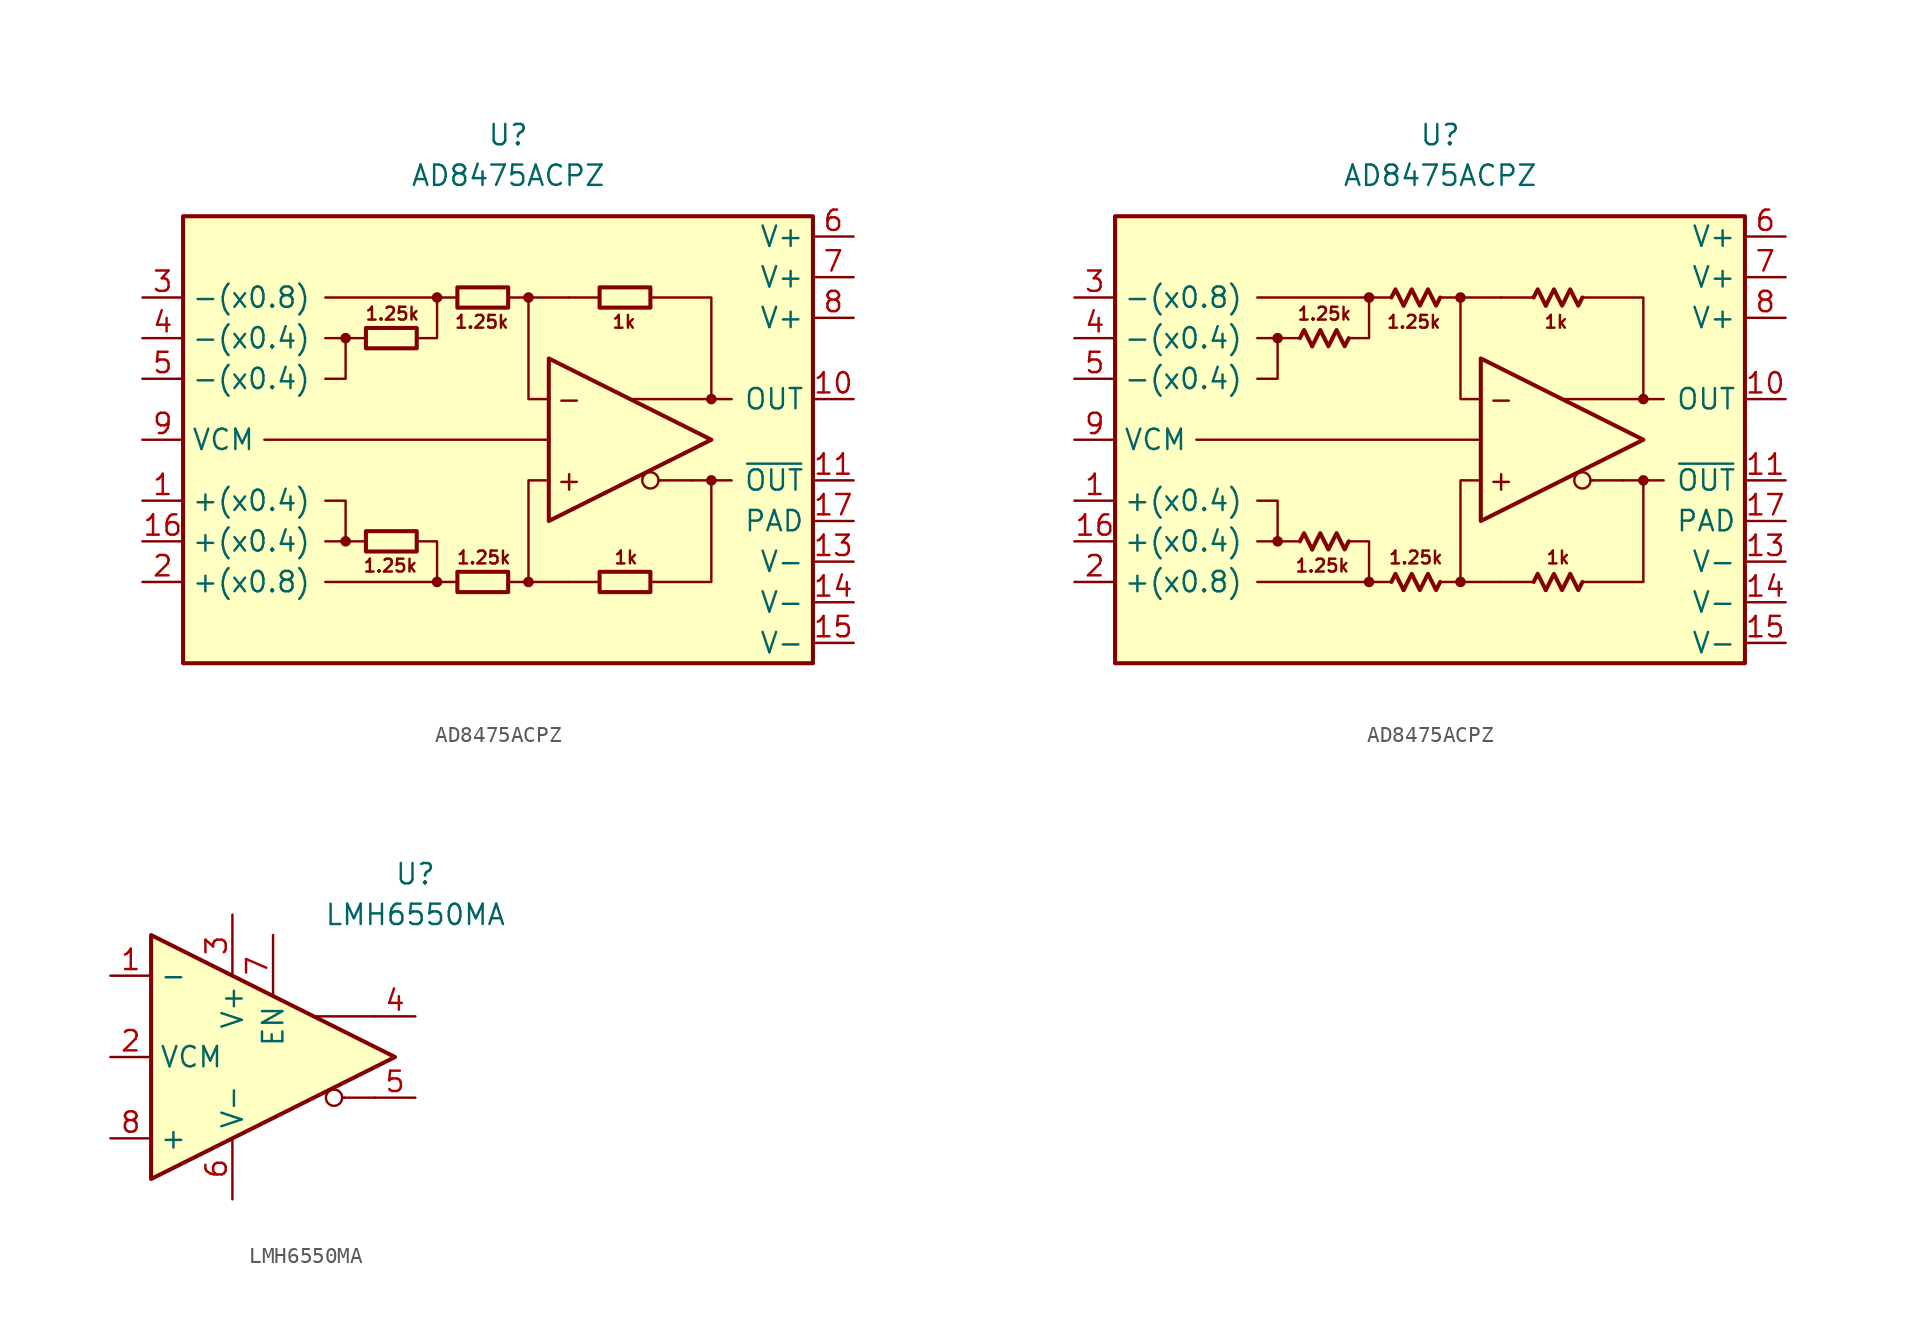
<source format=kicad_sym>
(kicad_symbol_lib
  (version 20231120)
  (generator "kicad_symbol_editor")
  (generator_version "8.0")
  (symbol "AD8475ACPZ"
    (property "Reference" "U"
      (at 0 19.05 0)
      (effects (font (size 1.27 1.27))))
    (property "Value" "AD8475ACPZ"
      (at 0 16.51 0)
      (effects (font (size 1.27 1.27))))
    (symbol "AD8475ACPZ_0_0"
      (rectangle (start -20.32 13.97) (end 19.05 -13.97) (stroke (width 0.254) (type default)) (fill (type background)))
      (circle (center -10.16 -6.35) (radius 0.254) (stroke (width 0.152) (type default)) (fill (type outline)))
      (circle (center -10.16 6.35) (radius 0.254) (stroke (width 0.152) (type default)) (fill (type outline)))
      (circle (center -4.445 -8.89) (radius 0.254) (stroke (width 0.152) (type default)) (fill (type outline)))
      (circle (center -4.445 8.89) (radius 0.254) (stroke (width 0.152) (type default)) (fill (type outline)))
      (polyline (pts (xy -8.89 -6.35) (xy -11.43 -6.35)) (stroke (width 0.152) (type default)) (fill (type none)))
      (polyline (pts (xy -8.89 6.35) (xy -11.43 6.35)) (stroke (width 0.152) (type default)) (fill (type none)))
      (polyline (pts (xy -4.445 8.89) (xy -11.43 8.89)) (stroke (width 0.152) (type default)) (fill (type none)))
      (polyline (pts (xy -3.175 -8.89) (xy -11.43 -8.89)) (stroke (width 0.152) (type default)) (fill (type none)))
      (polyline (pts (xy -3.175 8.89) (xy -4.445 8.89)) (stroke (width 0.152) (type default)) (fill (type none)))
      (polyline (pts (xy 1.27 8.89) (xy 3.81 8.89)) (stroke (width 0.152) (type default)) (fill (type none)))
      (polyline (pts (xy 3.81 -8.89) (xy 1.27 -8.89)) (stroke (width 0.152) (type default)) (fill (type none)))
      (polyline (pts (xy 5.715 -8.89) (xy 3.81 -8.89)) (stroke (width 0.152) (type default)) (fill (type none)))
      (polyline (pts (xy 5.715 8.89) (xy 3.81 8.89)) (stroke (width 0.152) (type default)) (fill (type none)))
      (polyline (pts (xy 9.525 -2.54) (xy 9.398 -2.54)) (stroke (width 0.152) (type default)) (fill (type none)))
      (polyline (pts (xy 11.43 -2.54) (xy 9.525 -2.54)) (stroke (width 0.152) (type default)) (fill (type none)))
      (polyline (pts (xy 12.7 -2.54) (xy 13.97 -2.54)) (stroke (width 0.152) (type default)) (fill (type none)))
      (polyline (pts (xy 12.7 2.54) (xy 13.97 2.54)) (stroke (width 0.152) (type default)) (fill (type none)))
      (polyline (pts (xy -10.16 -6.35) (xy -10.16 -3.81) (xy -11.43 -3.81)) (stroke (width 0.152) (type default)) (fill (type none)))
      (polyline (pts (xy -10.16 6.35) (xy -10.16 3.81) (xy -11.43 3.81)) (stroke (width 0.152) (type default)) (fill (type none)))
      (polyline (pts (xy -5.715 -6.35) (xy -4.445 -6.35) (xy -4.445 -8.89)) (stroke (width 0.152) (type default)) (fill (type none)))
      (polyline (pts (xy -5.715 6.35) (xy -4.445 6.35) (xy -4.445 8.89)) (stroke (width 0.152) (type default)) (fill (type none)))
      (polyline (pts (xy 0 -8.89) (xy 1.27 -8.89) (xy 1.27 -2.54) (xy 2.54 -2.54)) (stroke (width 0.152) (type default)) (fill (type none)))
      (polyline (pts (xy 2.54 2.54) (xy 1.27 2.54) (xy 1.27 8.89) (xy 0 8.89)) (stroke (width 0.152) (type default)) (fill (type none)))
      (polyline (pts (xy 8.89 8.89) (xy 12.7 8.89) (xy 12.7 2.54) (xy 7.62 2.54)) (stroke (width 0.152) (type default)) (fill (type none)))
      (polyline (pts (xy 11.43 -2.54) (xy 12.7 -2.54) (xy 12.7 -8.89) (xy 8.89 -8.89)) (stroke (width 0.152) (type default)) (fill (type none)))
      (circle (center 1.27 -8.89) (radius 0.254) (stroke (width 0.152) (type default)) (fill (type outline)))
      (circle (center 1.27 8.89) (radius 0.254) (stroke (width 0.152) (type default)) (fill (type outline)))
      (circle (center 8.89 -2.54) (radius 0.508) (stroke (width 0.152) (type default)) (fill (type none)))
      (circle (center 12.7 -2.54) (radius 0.254) (stroke (width 0.152) (type default)) (fill (type outline)))
      (circle (center 12.7 2.54) (radius 0.254) (stroke (width 0.152) (type default)) (fill (type outline)))
      (text "+" (at 3.81 -2.54 0) (effects (font (size 1.27 1.27))))
      (text "-" (at 3.81 2.54 0) (effects (font (size 1.27 1.27))))
      (text "1.25k" (at -7.366 -7.874 0) (effects (font (size 0.8 0.8))))
      (text "1.25k" (at -7.239 7.874 0) (effects (font (size 0.8 0.8))))
      (text "1.25k" (at -1.651 7.366 0) (effects (font (size 0.8 0.8))))
      (text "1.25k" (at -1.524 -7.366 0) (effects (font (size 0.8 0.8))))
      (text "1k" (at 7.239 7.366 0) (effects (font (size 0.8 0.8))))
      (text "1k" (at 7.366 -7.366 0) (effects (font (size 0.8 0.8)))))
    (symbol "AD8475ACPZ_0_1"
      (rectangle (start -8.89 6.985) (end -5.715 5.715) (stroke (width 0.254) (type default)) (fill (type none)))
      (rectangle (start -5.715 -6.985) (end -8.89 -5.715) (stroke (width 0.254) (type default)) (fill (type none)))
      (rectangle (start -3.175 -8.255) (end 0 -9.525) (stroke (width 0.254) (type default)) (fill (type none)))
      (rectangle (start 0 8.255) (end -3.175 9.525) (stroke (width 0.254) (type default)) (fill (type none)))
      (rectangle (start 5.715 -8.255) (end 8.89 -9.525) (stroke (width 0.254) (type default)) (fill (type none)))
      (rectangle (start 8.89 8.255) (end 5.715 9.525) (stroke (width 0.254) (type default)) (fill (type none))))
    (symbol "AD8475ACPZ_0_2"
      (polyline (pts (xy -8.001 -6.858) (xy -8.509 -5.842) (xy -8.763 -6.35)) (stroke (width 0.254) (type default)) (fill (type none)))
      (polyline (pts (xy -8.001 5.842) (xy -8.509 6.858) (xy -8.763 6.35)) (stroke (width 0.254) (type default)) (fill (type none)))
      (polyline (pts (xy -2.286 -9.398) (xy -2.794 -8.382) (xy -3.048 -8.89)) (stroke (width 0.254) (type default)) (fill (type none)))
      (polyline (pts (xy -2.286 8.382) (xy -2.794 9.398) (xy -3.048 8.89)) (stroke (width 0.254) (type default)) (fill (type none)))
      (polyline (pts (xy 6.604 -9.398) (xy 6.096 -8.382) (xy 5.842 -8.89)) (stroke (width 0.254) (type default)) (fill (type none)))
      (polyline (pts (xy 6.604 8.382) (xy 6.096 9.398) (xy 5.842 8.89)) (stroke (width 0.254) (type default)) (fill (type none)))
      (polyline (pts (xy -5.715 -6.35) (xy -5.969 -6.858) (xy -6.477 -5.842) (xy -6.985 -6.858) (xy -7.493 -5.842) (xy -8.001 -6.858)) (stroke (width 0.254) (type default)) (fill (type none)))
      (polyline (pts (xy -5.715 6.35) (xy -5.969 5.842) (xy -6.477 6.858) (xy -6.985 5.842) (xy -7.493 6.858) (xy -8.001 5.842)) (stroke (width 0.254) (type default)) (fill (type none)))
      (polyline (pts (xy 0 -8.89) (xy -0.254 -9.398) (xy -0.762 -8.382) (xy -1.27 -9.398) (xy -1.778 -8.382) (xy -2.286 -9.398)) (stroke (width 0.254) (type default)) (fill (type none)))
      (polyline (pts (xy 0 8.89) (xy -0.254 8.382) (xy -0.762 9.398) (xy -1.27 8.382) (xy -1.778 9.398) (xy -2.286 8.382)) (stroke (width 0.254) (type default)) (fill (type none)))
      (polyline (pts (xy 8.89 -8.89) (xy 8.636 -9.398) (xy 8.128 -8.382) (xy 7.62 -9.398) (xy 7.112 -8.382) (xy 6.604 -9.398)) (stroke (width 0.254) (type default)) (fill (type none)))
      (polyline (pts (xy 8.89 8.89) (xy 8.636 8.382) (xy 8.128 9.398) (xy 7.62 8.382) (xy 7.112 9.398) (xy 6.604 8.382)) (stroke (width 0.254) (type default)) (fill (type none))))
    (symbol "AD8475ACPZ_1_0"
      (polyline (pts (xy 2.54 0) (xy -15.24 0)) (stroke (width 0.152) (type default)) (fill (type none)))
      (polyline (pts (xy 2.54 5.08) (xy 2.54 -5.08) (xy 12.7 0) (xy 2.54 5.08)) (stroke (width 0.254) (type default)) (fill (type none))))
    (symbol "AD8475ACPZ_1_1"
      (pin input line (at -22.86 -3.81 0) (length 2.54) (name "+(x0.4)" (effects (font (size 1.27 1.27)))) (number "1" (effects (font (size 1.27 1.27)))))
      (pin output line (at 21.59 2.54 180) (length 2.54) (name "OUT" (effects (font (size 1.27 1.27)))) (number "10" (effects (font (size 1.27 1.27)))))
      (pin output line (at 21.59 -2.54 180) (length 2.54) (name "~{OUT}" (effects (font (size 1.27 1.27)))) (number "11" (effects (font (size 1.27 1.27)))))
      (pin free line (at -1.27 0 0) (length 2.54) hide (name "NC" (effects (font (size 1.27 1.27)))) (number "12" (effects (font (size 1.27 1.27)))))
      (pin power_in line (at 21.59 -7.62 180) (length 2.54) (name "V-" (effects (font (size 1.27 1.27)))) (number "13" (effects (font (size 1.27 1.27)))))
      (pin power_in line (at 21.59 -10.16 180) (length 2.54) (name "V-" (effects (font (size 1.27 1.27)))) (number "14" (effects (font (size 1.27 1.27)))))
      (pin power_in line (at 21.59 -12.7 180) (length 2.54) (name "V-" (effects (font (size 1.27 1.27)))) (number "15" (effects (font (size 1.27 1.27)))))
      (pin input line (at -22.86 -6.35 0) (length 2.54) (name "+(x0.4)" (effects (font (size 1.27 1.27)))) (number "16" (effects (font (size 1.27 1.27)))))
      (pin power_in line (at 21.59 -5.08 180) (length 2.54) (name "PAD" (effects (font (size 1.27 1.27)))) (number "17" (effects (font (size 1.27 1.27)))))
      (pin input line (at -22.86 -8.89 0) (length 2.54) (name "+(x0.8)" (effects (font (size 1.27 1.27)))) (number "2" (effects (font (size 1.27 1.27)))))
      (pin input line (at -22.86 8.89 0) (length 2.54) (name "-(x0.8)" (effects (font (size 1.27 1.27)))) (number "3" (effects (font (size 1.27 1.27)))))
      (pin input line (at -22.86 6.35 0) (length 2.54) (name "-(x0.4)" (effects (font (size 1.27 1.27)))) (number "4" (effects (font (size 1.27 1.27)))))
      (pin input line (at -22.86 3.81 0) (length 2.54) (name "-(x0.4)" (effects (font (size 1.27 1.27)))) (number "5" (effects (font (size 1.27 1.27)))))
      (pin power_in line (at 21.59 12.7 180) (length 2.54) (name "V+" (effects (font (size 1.27 1.27)))) (number "6" (effects (font (size 1.27 1.27)))))
      (pin power_in line (at 21.59 10.16 180) (length 2.54) (name "V+" (effects (font (size 1.27 1.27)))) (number "7" (effects (font (size 1.27 1.27)))))
      (pin power_in line (at 21.59 7.62 180) (length 2.54) (name "V+" (effects (font (size 1.27 1.27)))) (number "8" (effects (font (size 1.27 1.27)))))
      (pin input line (at -22.86 0 0) (length 2.54) (name "VCM" (effects (font (size 1.27 1.27)))) (number "9" (effects (font (size 1.27 1.27))))))
    (symbol "AD8475ACPZ_1_2"
      (pin input line (at -22.86 -3.81 0) (length 2.54) (name "+(x0.4)" (effects (font (size 1.27 1.27)))) (number "1" (effects (font (size 1.27 1.27)))))
      (pin output line (at 21.59 2.54 180) (length 2.54) (name "OUT" (effects (font (size 1.27 1.27)))) (number "10" (effects (font (size 1.27 1.27)))))
      (pin output line (at 21.59 -2.54 180) (length 2.54) (name "~{OUT}" (effects (font (size 1.27 1.27)))) (number "11" (effects (font (size 1.27 1.27)))))
      (pin free line (at -1.27 0 0) (length 2.54) hide (name "NC" (effects (font (size 1.27 1.27)))) (number "12" (effects (font (size 1.27 1.27)))))
      (pin power_in line (at 21.59 -7.62 180) (length 2.54) (name "V-" (effects (font (size 1.27 1.27)))) (number "13" (effects (font (size 1.27 1.27)))))
      (pin power_in line (at 21.59 -10.16 180) (length 2.54) (name "V-" (effects (font (size 1.27 1.27)))) (number "14" (effects (font (size 1.27 1.27)))))
      (pin power_in line (at 21.59 -12.7 180) (length 2.54) (name "V-" (effects (font (size 1.27 1.27)))) (number "15" (effects (font (size 1.27 1.27)))))
      (pin input line (at -22.86 -6.35 0) (length 2.54) (name "+(x0.4)" (effects (font (size 1.27 1.27)))) (number "16" (effects (font (size 1.27 1.27)))))
      (pin power_in line (at 21.59 -5.08 180) (length 2.54) (name "PAD" (effects (font (size 1.27 1.27)))) (number "17" (effects (font (size 1.27 1.27)))))
      (pin input line (at -22.86 -8.89 0) (length 2.54) (name "+(x0.8)" (effects (font (size 1.27 1.27)))) (number "2" (effects (font (size 1.27 1.27)))))
      (pin input line (at -22.86 8.89 0) (length 2.54) (name "-(x0.8)" (effects (font (size 1.27 1.27)))) (number "3" (effects (font (size 1.27 1.27)))))
      (pin input line (at -22.86 6.35 0) (length 2.54) (name "-(x0.4)" (effects (font (size 1.27 1.27)))) (number "4" (effects (font (size 1.27 1.27)))))
      (pin input line (at -22.86 3.81 0) (length 2.54) (name "-(x0.4)" (effects (font (size 1.27 1.27)))) (number "5" (effects (font (size 1.27 1.27)))))
      (pin power_in line (at 21.59 12.7 180) (length 2.54) (name "V+" (effects (font (size 1.27 1.27)))) (number "6" (effects (font (size 1.27 1.27)))))
      (pin power_in line (at 21.59 10.16 180) (length 2.54) (name "V+" (effects (font (size 1.27 1.27)))) (number "7" (effects (font (size 1.27 1.27)))))
      (pin power_in line (at 21.59 7.62 180) (length 2.54) (name "V+" (effects (font (size 1.27 1.27)))) (number "8" (effects (font (size 1.27 1.27)))))
      (pin input line (at -22.86 0 0) (length 2.54) (name "VCM" (effects (font (size 1.27 1.27)))) (number "9" (effects (font (size 1.27 1.27)))))))
  (symbol "LMH6550MA"
    (property "Reference" "U"
      (at 8.89 11.43 0)
      (effects (font (size 1.27 1.27))))
    (property "Value" "LMH6550MA"
      (at 8.89 8.89 0)
      (effects (font (size 1.27 1.27))))
    (symbol "LMH6550MA_0_0"
      (polyline (pts (xy 4.445 -2.54) (xy 4.318 -2.54)) (stroke (width 0.152) (type default)) (fill (type none)))
      (polyline (pts (xy 6.35 -2.54) (xy 4.445 -2.54)) (stroke (width 0.152) (type default)) (fill (type none)))
      (polyline (pts (xy 6.35 2.54) (xy 2.54 2.54)) (stroke (width 0.152) (type default)) (fill (type none)))
      (circle (center 3.81 -2.54) (radius 0.508) (stroke (width 0.152) (type default)) (fill (type none))))
    (symbol "LMH6550MA_0_1"
      (polyline (pts (xy -7.62 7.62) (xy -7.62 -7.62) (xy 7.62 0) (xy -7.62 7.62)) (stroke (width 0.254) (type default)) (fill (type background))))
    (symbol "LMH6550MA_1_1"
      (pin input line (at -10.16 5.08 0) (length 2.54) (name "-" (effects (font (size 1.27 1.27)))) (number "1" (effects (font (size 1.27 1.27)))))
      (pin input line (at -10.16 0 0) (length 2.54) (name "VCM" (effects (font (size 1.27 1.27)))) (number "2" (effects (font (size 1.27 1.27)))))
      (pin power_in line (at -2.54 8.89 270) (length 3.84) (name "V+" (effects (font (size 1.27 1.27)))) (number "3" (effects (font (size 1.27 1.27)))))
      (pin output line (at 8.89 2.54 180) (length 2.54) (name "~" (effects (font (size 1.27 1.27)))) (number "4" (effects (font (size 1.27 1.27)))))
      (pin output line (at 8.89 -2.54 180) (length 2.54) (name "~" (effects (font (size 1.27 1.27)))) (number "5" (effects (font (size 1.27 1.27)))))
      (pin power_in line (at -2.54 -8.89 90) (length 3.84) (name "V-" (effects (font (size 1.27 1.27)))) (number "6" (effects (font (size 1.27 1.27)))))
      (pin input line (at 0 7.62 270) (length 3.84) (name "EN" (effects (font (size 1.27 1.27)))) (number "7" (effects (font (size 1.27 1.27)))))
      (pin input line (at -10.16 -5.08 0) (length 2.54) (name "+" (effects (font (size 1.27 1.27)))) (number "8" (effects (font (size 1.27 1.27))))))))
</source>
